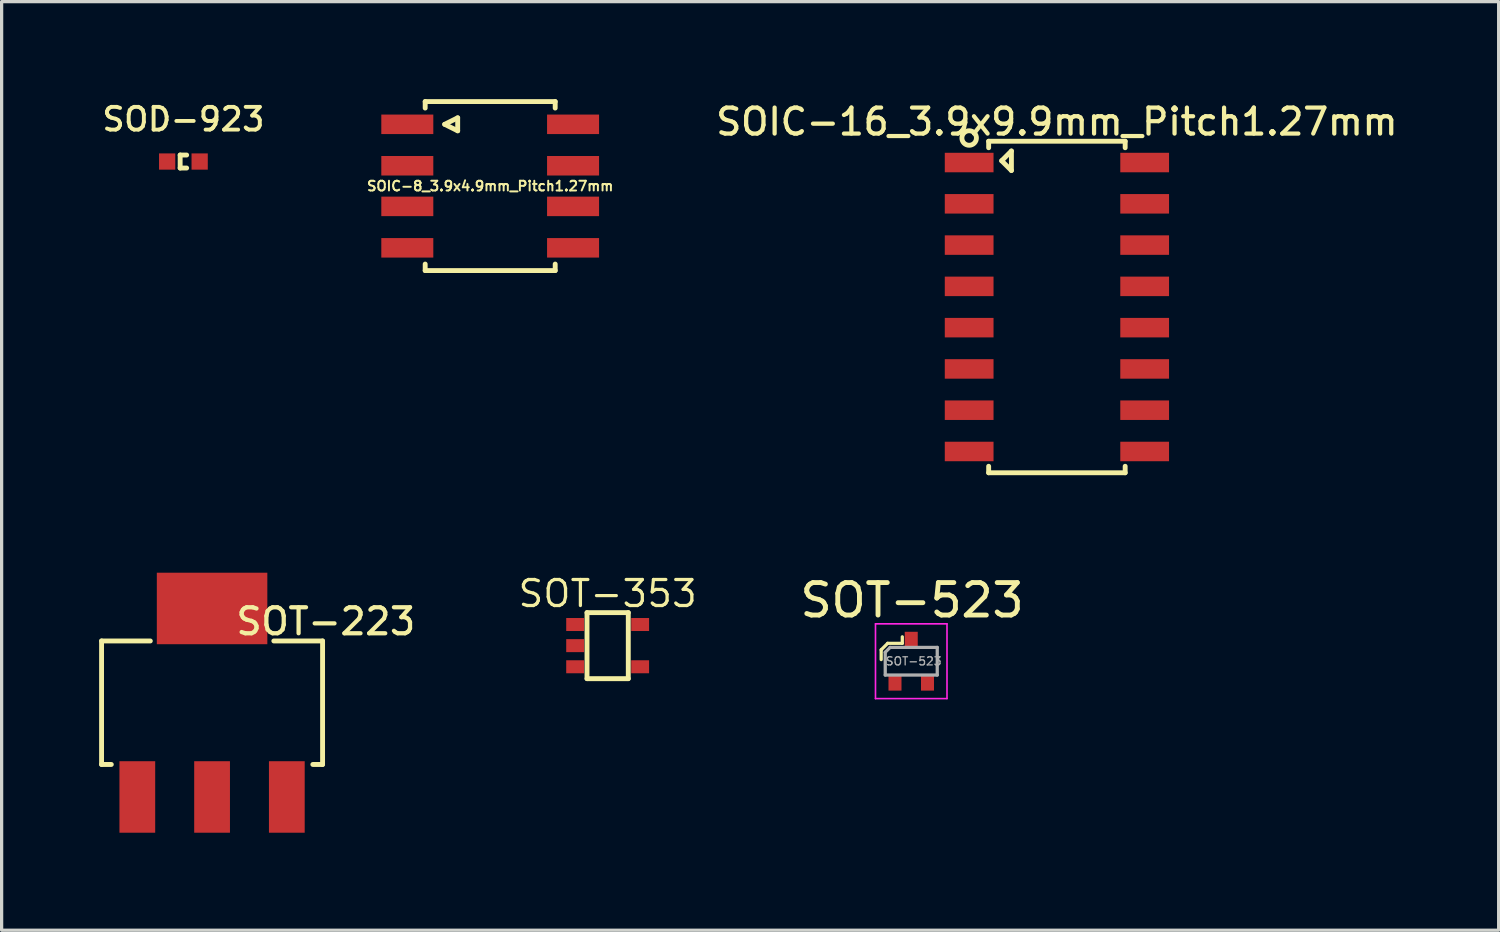
<source format=kicad_pcb>
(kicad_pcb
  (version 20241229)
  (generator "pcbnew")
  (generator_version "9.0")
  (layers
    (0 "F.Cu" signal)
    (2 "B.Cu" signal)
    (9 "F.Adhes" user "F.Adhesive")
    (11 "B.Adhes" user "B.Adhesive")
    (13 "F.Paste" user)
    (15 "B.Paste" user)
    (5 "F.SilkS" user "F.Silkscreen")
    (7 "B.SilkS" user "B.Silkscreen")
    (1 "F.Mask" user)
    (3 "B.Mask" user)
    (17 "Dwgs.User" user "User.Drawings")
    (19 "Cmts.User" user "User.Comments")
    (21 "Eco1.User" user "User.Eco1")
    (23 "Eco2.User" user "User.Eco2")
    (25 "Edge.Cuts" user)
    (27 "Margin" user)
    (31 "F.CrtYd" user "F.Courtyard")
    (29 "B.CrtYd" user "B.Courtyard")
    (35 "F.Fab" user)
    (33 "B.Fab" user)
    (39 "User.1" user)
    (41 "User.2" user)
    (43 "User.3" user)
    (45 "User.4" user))
  (footprint "SOIC-16_3.9x9.9mm_Pitch1.27mm"
    (layer "F.Cu")
    (at 29.469 6.396)
    (property "Reference" "SOIC-16_3.9x9.9mm_Pitch1.27mm" (at 0 -5.7 0) (layer "F.SilkS") (effects (font (size 0.8 0.8) (thickness 0.13))))
    (attr smd)
    (fp_line (start -2.1 -5.1) (end -2.1 -4.9) (stroke (width 0.15) (type solid)) (layer "F.SilkS"))
    (fp_line (start -2.1 -5.1) (end 2.1 -5.1) (stroke (width 0.15) (type solid)) (layer "F.SilkS"))
    (fp_line (start -2.1 5.1) (end -2.1 4.9) (stroke (width 0.15) (type solid)) (layer "F.SilkS"))
    (fp_line (start -2.1 5.1) (end 2.1 5.1) (stroke (width 0.15) (type solid)) (layer "F.SilkS"))
    (fp_line (start -1.7 -4.5) (end -1.4 -4.2) (stroke (width 0.15) (type solid)) (layer "F.SilkS"))
    (fp_line (start -1.4 -4.8) (end -1.7 -4.5) (stroke (width 0.15) (type solid)) (layer "F.SilkS"))
    (fp_line (start -1.4 -4.2) (end -1.4 -4.8) (stroke (width 0.15) (type solid)) (layer "F.SilkS"))
    (fp_line (start 2.1 -5.1) (end 2.1 -4.9) (stroke (width 0.15) (type solid)) (layer "F.SilkS"))
    (fp_line (start 2.1 5.1) (end 2.1 4.9) (stroke (width 0.15) (type solid)) (layer "F.SilkS"))
    (fp_circle (center -2.7 -5.2) (end -2.6 -5) (stroke (width 0.15) (type solid)) (fill no) (layer "F.SilkS"))
    (pad "1" smd rect (at -2.7 -4.445) (size 1.5 0.6) (layers "F.Cu" "F.Mask" "F.Paste"))
    (pad "2" smd rect (at -2.7 -3.175) (size 1.5 0.6) (layers "F.Cu" "F.Mask" "F.Paste"))
    (pad "3" smd rect (at -2.7 -1.905) (size 1.5 0.6) (layers "F.Cu" "F.Mask" "F.Paste"))
    (pad "4" smd rect (at -2.7 -0.635) (size 1.5 0.6) (layers "F.Cu" "F.Mask" "F.Paste"))
    (pad "5" smd rect (at -2.7 0.635) (size 1.5 0.6) (layers "F.Cu" "F.Mask" "F.Paste"))
    (pad "6" smd rect (at -2.7 1.905) (size 1.5 0.6) (layers "F.Cu" "F.Mask" "F.Paste"))
    (pad "7" smd rect (at -2.7 3.175) (size 1.5 0.6) (layers "F.Cu" "F.Mask" "F.Paste"))
    (pad "8" smd rect (at -2.7 4.445) (size 1.5 0.6) (layers "F.Cu" "F.Mask" "F.Paste"))
    (pad "9" smd rect (at 2.7 4.445) (size 1.5 0.6) (layers "F.Cu" "F.Mask" "F.Paste"))
    (pad "10" smd rect (at 2.7 3.175) (size 1.5 0.6) (layers "F.Cu" "F.Mask" "F.Paste"))
    (pad "11" smd rect (at 2.7 1.905) (size 1.5 0.6) (layers "F.Cu" "F.Mask" "F.Paste"))
    (pad "12" smd rect (at 2.7 0.635) (size 1.5 0.6) (layers "F.Cu" "F.Mask" "F.Paste"))
    (pad "13" smd rect (at 2.7 -0.635) (size 1.5 0.6) (layers "F.Cu" "F.Mask" "F.Paste"))
    (pad "14" smd rect (at 2.7 -1.905) (size 1.5 0.6) (layers "F.Cu" "F.Mask" "F.Paste"))
    (pad "15" smd rect (at 2.7 -3.175) (size 1.5 0.6) (layers "F.Cu" "F.Mask" "F.Paste"))
    (pad "16" smd rect (at 2.7 -4.445) (size 1.5 0.6) (layers "F.Cu" "F.Mask" "F.Paste")))
  (footprint "SOT-353"
    (layer "F.Cu")
    (at 15.646 16.815)
    (property "Reference" "SOT-353" (at 0 -1.6 0) (layer "F.SilkS") (effects (font (size 0.8 0.8) (thickness 0.1))))
    (attr smd)
    (fp_line (start -0.635 -1.016) (end -0.635 1.016) (stroke (width 0.15) (type solid)) (layer "F.SilkS"))
    (fp_line (start -0.635 1.016) (end 0.635 1.016) (stroke (width 0.15) (type solid)) (layer "F.SilkS"))
    (fp_line (start 0.635 -1.016) (end -0.635 -1.016) (stroke (width 0.15) (type solid)) (layer "F.SilkS"))
    (fp_line (start 0.635 1.016) (end 0.635 -1.016) (stroke (width 0.15) (type solid)) (layer "F.SilkS"))
    (pad "1" smd rect (at -1 -0.65) (size 0.55 0.4) (layers "F.Cu" "F.Mask" "F.Paste"))
    (pad "2" smd rect (at -1 0) (size 0.55 0.4) (layers "F.Cu" "F.Mask" "F.Paste"))
    (pad "3" smd rect (at -1 0.65) (size 0.55 0.4) (layers "F.Cu" "F.Mask" "F.Paste"))
    (pad "4" smd rect (at 1 0.65) (size 0.55 0.4) (layers "F.Cu" "F.Mask" "F.Paste"))
    (pad "5" smd rect (at 1 -0.65) (size 0.55 0.4) (layers "F.Cu" "F.Mask" "F.Paste")))
  (footprint "SOT-523"
    (layer "F.Cu")
    (at 24.987 17.294)
    (property "Reference" "SOT-523" (at 0.025 -1.875 0) (layer "F.SilkS") (effects (font (size 1 1) (thickness 0.15))))
    (attr through_hole)
    (fp_line (start -0.925 -0.35) (end -0.725 -0.55) (stroke (width 0.1) (type solid)) (layer "F.SilkS"))
    (fp_line (start -0.925 -0.05) (end -0.925 -0.35) (stroke (width 0.1) (type solid)) (layer "F.SilkS"))
    (fp_line (start -0.725 -0.55) (end -0.275 -0.55) (stroke (width 0.1) (type solid)) (layer "F.SilkS"))
    (fp_line (start -0.275 -0.55) (end -0.275 -0.75) (stroke (width 0.1) (type solid)) (layer "F.SilkS"))
    (fp_line (start -1.1 -1.15) (end -1.1 1.15) (stroke (width 0.05) (type solid)) (layer "F.CrtYd"))
    (fp_line (start -1.1 -1.15) (end 1.1 -1.15) (stroke (width 0.05) (type solid)) (layer "F.CrtYd"))
    (fp_line (start -1.1 1.15) (end 1.1 1.15) (stroke (width 0.05) (type solid)) (layer "F.CrtYd"))
    (fp_line (start 1.1 -1.15) (end 1.1 1.15) (stroke (width 0.05) (type solid)) (layer "F.CrtYd"))
    (fp_line (start -0.8 -0.275) (end -0.8 0.425) (stroke (width 0.1) (type solid)) (layer "F.Fab"))
    (fp_line (start -0.65 -0.425) (end -0.8 -0.275) (stroke (width 0.1) (type solid)) (layer "F.Fab"))
    (fp_line (start 0.8 -0.425) (end -0.65 -0.425) (stroke (width 0.1) (type solid)) (layer "F.Fab"))
    (fp_line (start 0.8 -0.425) (end 0.8 0.425) (stroke (width 0.1) (type solid)) (layer "F.Fab"))
    (fp_line (start 0.8 0.425) (end -0.8 0.425) (stroke (width 0.1) (type solid)) (layer "F.Fab"))
    (fp_text user "${REFERENCE}" (at 0.075 0.00024 0) (layer "F.Fab") (effects (font (size 0.25 0.25) (thickness 0.04))))
    (pad "1" smd rect (at -0.5 0.65) (size 0.4 0.51) (layers "F.Cu" "F.Mask" "F.Paste"))
    (pad "2" smd rect (at 0.5 0.65) (size 0.4 0.51) (layers "F.Cu" "F.Mask" "F.Paste"))
    (pad "3" smd rect (at 0 -0.65) (size 0.4 0.51) (layers "F.Cu" "F.Mask" "F.Paste")))
  (footprint "SOIC-8_3.9x4.9mm_Pitch1.27mm"
    (layer "F.Cu")
    (at 12.032 2.675)
    (property "Reference" "SOIC-8_3.9x4.9mm_Pitch1.27mm" (at 0 0 0) (layer "F.SilkS") (effects (font (size 0.3 0.3) (thickness 0.06))))
    (attr smd)
    (fp_line (start -2 -2.6) (end -2 -2.4) (stroke (width 0.15) (type solid)) (layer "F.SilkS"))
    (fp_line (start -2 -2.6) (end 2 -2.6) (stroke (width 0.15) (type solid)) (layer "F.SilkS"))
    (fp_line (start -2 2.6) (end -2 2.4) (stroke (width 0.15) (type solid)) (layer "F.SilkS"))
    (fp_line (start -2 2.6) (end 2 2.6) (stroke (width 0.15) (type solid)) (layer "F.SilkS"))
    (fp_line (start -1.4 -1.9) (end -1 -2.1) (stroke (width 0.15) (type solid)) (layer "F.SilkS"))
    (fp_line (start -1 -2.1) (end -1 -1.7) (stroke (width 0.15) (type solid)) (layer "F.SilkS"))
    (fp_line (start -1 -1.7) (end -1.4 -1.9) (stroke (width 0.15) (type solid)) (layer "F.SilkS"))
    (fp_line (start 2 -2.6) (end 2 -2.4) (stroke (width 0.15) (type solid)) (layer "F.SilkS"))
    (fp_line (start 2 2.6) (end 2 2.4) (stroke (width 0.15) (type solid)) (layer "F.SilkS"))
    (pad "1" smd rect (at -2.55 -1.9) (size 1.6 0.6) (layers "F.Cu" "F.Mask" "F.Paste"))
    (pad "2" smd rect (at -2.55 -0.625) (size 1.6 0.6) (layers "F.Cu" "F.Mask" "F.Paste"))
    (pad "3" smd rect (at -2.55 0.625) (size 1.6 0.6) (layers "F.Cu" "F.Mask" "F.Paste"))
    (pad "4" smd rect (at -2.55 1.9) (size 1.6 0.6) (layers "F.Cu" "F.Mask" "F.Paste"))
    (pad "5" smd rect (at 2.55 1.9) (size 1.6 0.6) (layers "F.Cu" "F.Mask" "F.Paste"))
    (pad "6" smd rect (at 2.55 0.625) (size 1.6 0.6) (layers "F.Cu" "F.Mask" "F.Paste"))
    (pad "7" smd rect (at 2.55 -0.625) (size 1.6 0.6) (layers "F.Cu" "F.Mask" "F.Paste"))
    (pad "8" smd rect (at 2.55 -1.9) (size 1.6 0.6) (layers "F.Cu" "F.Mask" "F.Paste")))
  (footprint "SOD-923"
    (layer "F.Cu")
    (at 2.593 1.92)
    (property "Reference" "SOD-923" (at 0 -1.3 0) (layer "F.SilkS") (effects (font (size 0.7 0.7) (thickness 0.12))))
    (attr through_hole)
    (fp_line (start -0.1 -0.2) (end -0.1 0.2) (stroke (width 0.15) (type solid)) (layer "F.SilkS"))
    (fp_line (start -0.1 -0.2) (end 0.1 -0.2) (stroke (width 0.15) (type solid)) (layer "F.SilkS"))
    (fp_line (start -0.1 0.2) (end 0.1 0.2) (stroke (width 0.15) (type solid)) (layer "F.SilkS"))
    (pad "1" smd rect (at -0.5 0) (size 0.5 0.5) (layers "F.Cu" "F.Mask" "F.Paste"))
    (pad "2" smd rect (at 0.5 0) (size 0.5 0.5) (layers "F.Cu" "F.Mask" "F.Paste")))
  (footprint "SOT-223"
    (layer "F.Cu")
    (at 3.475 18.571)
    (property "Reference" "SOT-223" (at 3.5 -2.5 0) (layer "F.SilkS") (effects (font (size 0.8 0.8) (thickness 0.13))))
    (attr smd)
    (fp_line (start -3.4 -1.9) (end -3.4 1.9) (stroke (width 0.15) (type solid)) (layer "F.SilkS"))
    (fp_line (start -3.4 1.9) (end -3.1 1.9) (stroke (width 0.15) (type solid)) (layer "F.SilkS"))
    (fp_line (start -1.9 -1.9) (end -3.4 -1.9) (stroke (width 0.15) (type solid)) (layer "F.SilkS"))
    (fp_line (start 3.4 -1.9) (end 1.9 -1.9) (stroke (width 0.15) (type solid)) (layer "F.SilkS"))
    (fp_line (start 3.4 -1.9) (end 3.4 1.9) (stroke (width 0.15) (type solid)) (layer "F.SilkS"))
    (fp_line (start 3.4 1.9) (end 3.1 1.9) (stroke (width 0.15) (type solid)) (layer "F.SilkS"))
    (pad "1" smd rect (at -2.3 2.9) (size 1.1 2.2) (layers "F.Cu" "F.Mask" "F.Paste"))
    (pad "2" smd rect (at 0 2.9) (size 1.1 2.2) (layers "F.Cu" "F.Mask" "F.Paste"))
    (pad "3" smd rect (at 2.3 2.9) (size 1.1 2.2) (layers "F.Cu" "F.Mask" "F.Paste"))
    (pad "4" smd rect (at 0 -2.9) (size 3.4 2.2) (layers "F.Cu" "F.Mask" "F.Paste")))
  (gr_rect
    (start -3 -3)
    (end 43.06 25.571)
    (stroke (width 0.1) (type default))
    (fill no)
    (layer "Edge.Cuts")))
</source>
